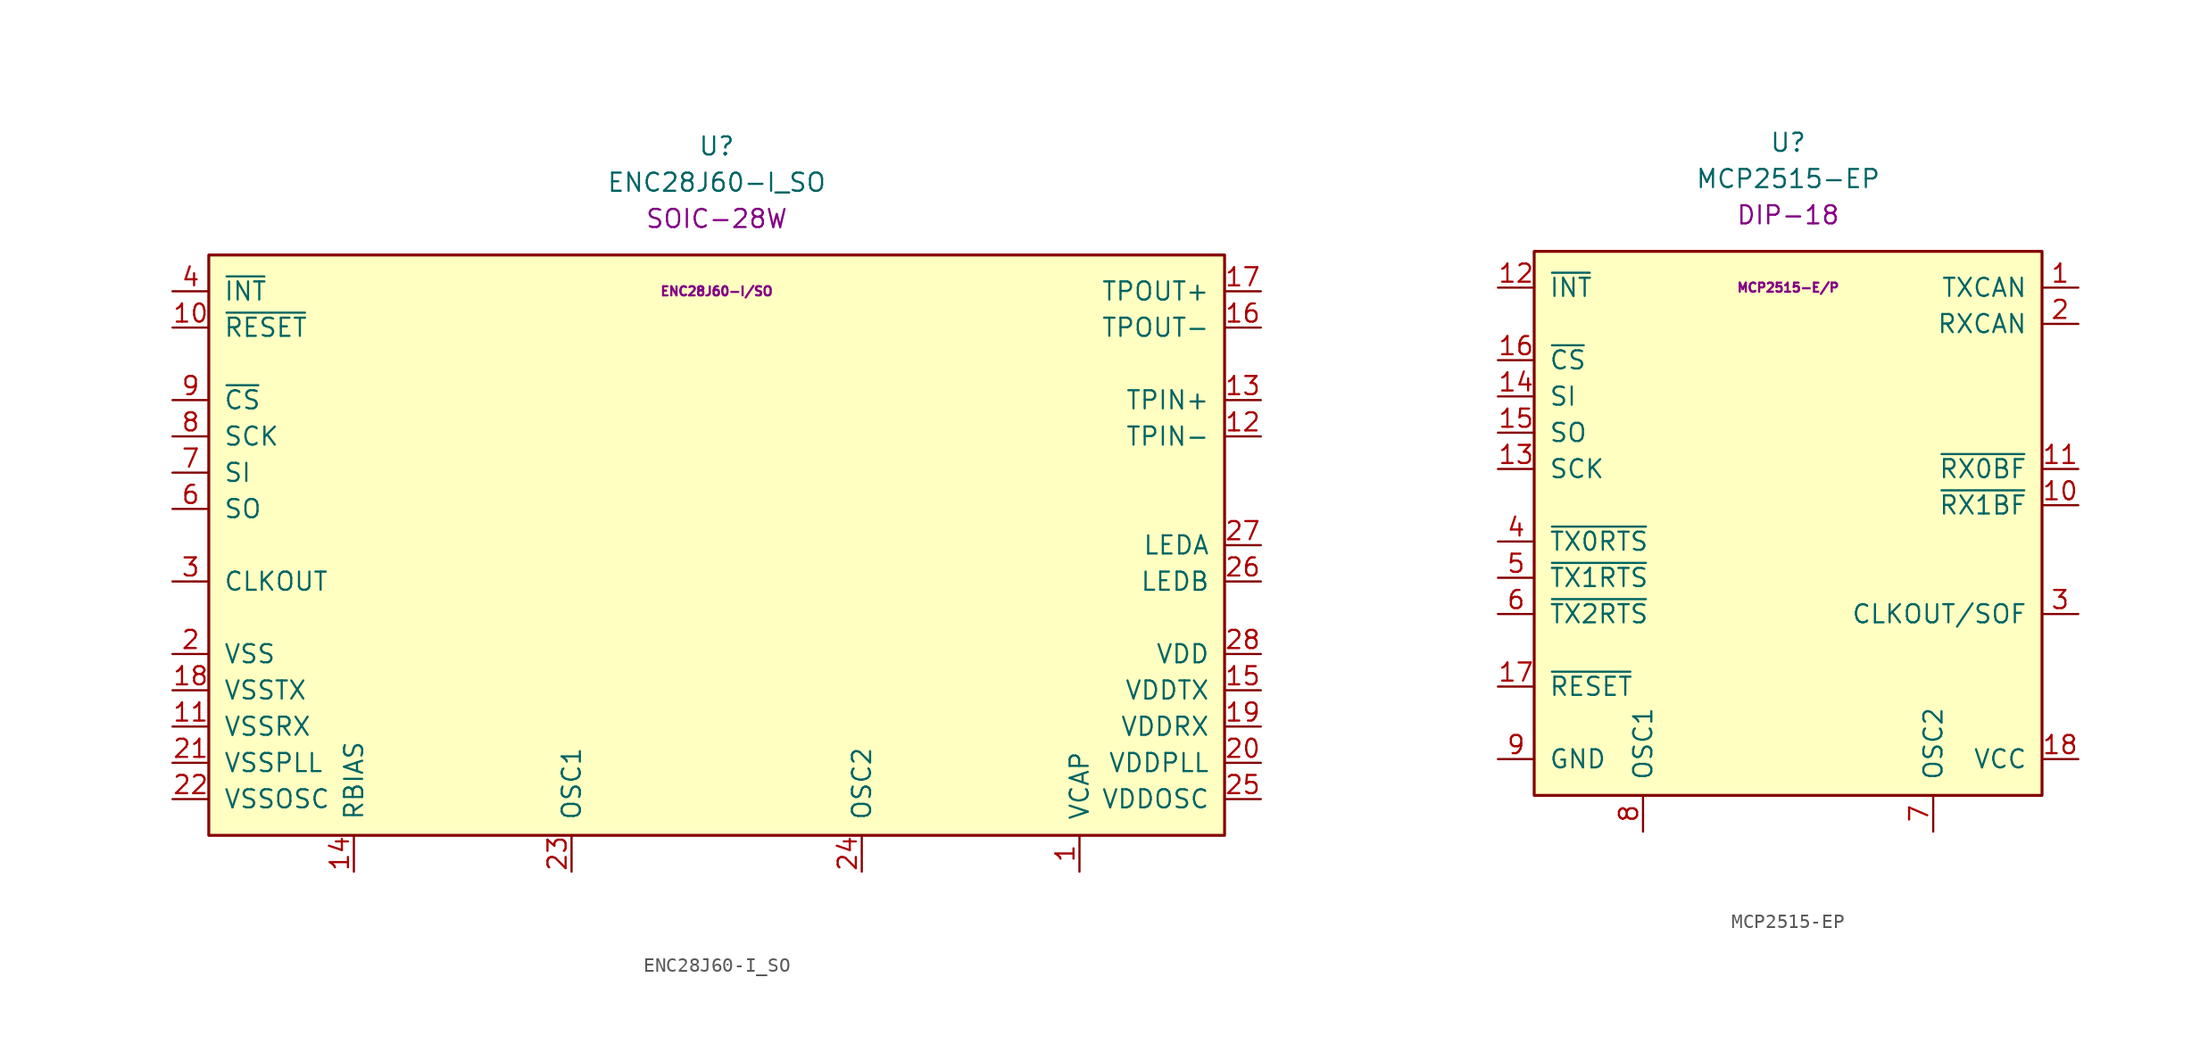
<source format=kicad_sym>
(kicad_symbol_lib
  (version 20201005)
  (generator kicad_symbol_editor)
  (symbol "U.Controller:ENC28J60-I_SO"
    (pin_names
      (offset 1.016))
    (property "Reference" "U"
      (at 0 27.94 0)
      (effects (font (size 1.27 1.27))))
    (property "Value" "ENC28J60-I_SO"
      (at 0 25.4 0)
      (effects (font (size 1.27 1.27))))
    (property "Package" "SOIC-28W"
      (at 0 22.86 0)
      (effects (font (size 1.27 1.27))))
    (property "ID" "ENC28J60-I/SO"
      (at 0 17.78 0)
      (effects (font (size 0.635 0.635))))
    (symbol "ENC28J60-I_SO_0_1"
      (rectangle (start -35.56 20.32) (end 35.56 -20.32) (stroke (width 0.203)) (fill (type background))))
    (symbol "ENC28J60-I_SO_1_1"
      (pin input line (at 38.1 10.16 180) (length 2.54) (name "TPIN+" (effects (font (size 1.27 1.27)))) (number "13" (effects (font (size 1.27 1.27)))))
      (pin output line (at 38.1 15.24 180) (length 2.54) (name "TPOUT-" (effects (font (size 1.27 1.27)))) (number "16" (effects (font (size 1.27 1.27)))))
      (pin output line (at 38.1 17.78 180) (length 2.54) (name "TPOUT+" (effects (font (size 1.27 1.27)))) (number "17" (effects (font (size 1.27 1.27)))))
      (pin output line (at -38.1 17.78 0) (length 2.54) (name "~INT" (effects (font (size 1.27 1.27)))) (number "4" (effects (font (size 1.27 1.27)))))
      (pin input line (at -38.1 7.62 0) (length 2.54) (name "SCK" (effects (font (size 1.27 1.27)))) (number "8" (effects (font (size 1.27 1.27)))))
      (pin input line (at -38.1 5.08 0) (length 2.54) (name "SI" (effects (font (size 1.27 1.27)))) (number "7" (effects (font (size 1.27 1.27)))))
      (pin tri_state line (at -38.1 2.54 0) (length 2.54) (name "SO" (effects (font (size 1.27 1.27)))) (number "6" (effects (font (size 1.27 1.27)))))
      (pin input line (at -38.1 10.16 0) (length 2.54) (name "~CS" (effects (font (size 1.27 1.27)))) (number "9" (effects (font (size 1.27 1.27)))))
      (pin input line (at -38.1 15.24 0) (length 2.54) (name "~RESET" (effects (font (size 1.27 1.27)))) (number "10" (effects (font (size 1.27 1.27)))))
      (pin power_in line (at 38.1 -7.62 180) (length 2.54) (name "VDD" (effects (font (size 1.27 1.27)))) (number "28" (effects (font (size 1.27 1.27)))))
      (pin input line (at 38.1 7.62 180) (length 2.54) (name "TPIN-" (effects (font (size 1.27 1.27)))) (number "12" (effects (font (size 1.27 1.27)))))
      (pin input line (at -25.4 -22.86 90) (length 2.54) (name "RBIAS" (effects (font (size 1.27 1.27)))) (number "14" (effects (font (size 1.27 1.27)))))
      (pin passive line (at 25.4 -22.86 90) (length 2.54) (name "VCAP" (effects (font (size 1.27 1.27)))) (number "1" (effects (font (size 1.27 1.27)))))
      (pin output line (at -38.1 -2.54 0) (length 2.54) (name "CLKOUT" (effects (font (size 1.27 1.27)))) (number "3" (effects (font (size 1.27 1.27)))))
      (pin unconnected line (at 0 -22.86 90) (length 2.54) hide (name "NC" (effects (font (size 1.27 1.27)))) (number "5" (effects (font (size 1.27 1.27)))))
      (pin output line (at 10.16 -22.86 90) (length 2.54) (name "OSC2" (effects (font (size 1.27 1.27)))) (number "24" (effects (font (size 1.27 1.27)))))
      (pin input line (at -10.16 -22.86 90) (length 2.54) (name "OSC1" (effects (font (size 1.27 1.27)))) (number "23" (effects (font (size 1.27 1.27)))))
      (pin power_in line (at -38.1 -7.62 0) (length 2.54) (name "VSS" (effects (font (size 1.27 1.27)))) (number "2" (effects (font (size 1.27 1.27)))))
      (pin output line (at 38.1 0 180) (length 2.54) (name "LEDA" (effects (font (size 1.27 1.27)))) (number "27" (effects (font (size 1.27 1.27)))))
      (pin output line (at 38.1 -2.54 180) (length 2.54) (name "LEDB" (effects (font (size 1.27 1.27)))) (number "26" (effects (font (size 1.27 1.27)))))
      (pin passive line (at -38.1 -12.7 0) (length 2.54) (name "VSSRX" (effects (font (size 1.27 1.27)))) (number "11" (effects (font (size 1.27 1.27)))))
      (pin passive line (at 38.1 -10.16 180) (length 2.54) (name "VDDTX" (effects (font (size 1.27 1.27)))) (number "15" (effects (font (size 1.27 1.27)))))
      (pin passive line (at -38.1 -10.16 0) (length 2.54) (name "VSSTX" (effects (font (size 1.27 1.27)))) (number "18" (effects (font (size 1.27 1.27)))))
      (pin passive line (at 38.1 -12.7 180) (length 2.54) (name "VDDRX" (effects (font (size 1.27 1.27)))) (number "19" (effects (font (size 1.27 1.27)))))
      (pin passive line (at 38.1 -15.24 180) (length 2.54) (name "VDDPLL" (effects (font (size 1.27 1.27)))) (number "20" (effects (font (size 1.27 1.27)))))
      (pin passive line (at -38.1 -15.24 0) (length 2.54) (name "VSSPLL" (effects (font (size 1.27 1.27)))) (number "21" (effects (font (size 1.27 1.27)))))
      (pin passive line (at -38.1 -17.78 0) (length 2.54) (name "VSSOSC" (effects (font (size 1.27 1.27)))) (number "22" (effects (font (size 1.27 1.27)))))
      (pin passive line (at 38.1 -17.78 180) (length 2.54) (name "VDDOSC" (effects (font (size 1.27 1.27)))) (number "25" (effects (font (size 1.27 1.27)))))))
  (symbol "U.Controller:MCP2515-EP"
    (pin_names
      (offset 1.016))
    (property "Reference" "U"
      (at 0 25.4 0)
      (effects (font (size 1.27 1.27))))
    (property "Value" "MCP2515-EP"
      (at 0 22.86 0)
      (effects (font (size 1.27 1.27))))
    (property "Package" "DIP-18"
      (at 0 20.32 0)
      (effects (font (size 1.27 1.27))))
    (property "ID" "MCP2515-E/P"
      (at 0 15.24 0)
      (effects (font (size 0.635 0.635))))
    (symbol "MCP2515-EP_0_1"
      (rectangle (start -17.78 17.78) (end 17.78 -20.32) (stroke (width 0.203)) (fill (type background))))
    (symbol "MCP2515-EP_1_1"
      (pin output line (at 20.32 15.24 180) (length 2.54) (name "TXCAN" (effects (font (size 1.27 1.27)))) (number "1" (effects (font (size 1.27 1.27)))))
      (pin output line (at 20.32 0 180) (length 2.54) (name "~RX1BF" (effects (font (size 1.27 1.27)))) (number "10" (effects (font (size 1.27 1.27)))))
      (pin output line (at 20.32 2.54 180) (length 2.54) (name "~RX0BF" (effects (font (size 1.27 1.27)))) (number "11" (effects (font (size 1.27 1.27)))))
      (pin output line (at -20.32 15.24 0) (length 2.54) (name "~INT" (effects (font (size 1.27 1.27)))) (number "12" (effects (font (size 1.27 1.27)))))
      (pin input line (at -20.32 2.54 0) (length 2.54) (name "SCK" (effects (font (size 1.27 1.27)))) (number "13" (effects (font (size 1.27 1.27)))))
      (pin input line (at -20.32 7.62 0) (length 2.54) (name "SI" (effects (font (size 1.27 1.27)))) (number "14" (effects (font (size 1.27 1.27)))))
      (pin tri_state line (at -20.32 5.08 0) (length 2.54) (name "SO" (effects (font (size 1.27 1.27)))) (number "15" (effects (font (size 1.27 1.27)))))
      (pin input line (at -20.32 10.16 0) (length 2.54) (name "~CS" (effects (font (size 1.27 1.27)))) (number "16" (effects (font (size 1.27 1.27)))))
      (pin input line (at -20.32 -12.7 0) (length 2.54) (name "~RESET" (effects (font (size 1.27 1.27)))) (number "17" (effects (font (size 1.27 1.27)))))
      (pin power_in line (at 20.32 -17.78 180) (length 2.54) (name "VCC" (effects (font (size 1.27 1.27)))) (number "18" (effects (font (size 1.27 1.27)))))
      (pin input line (at 20.32 12.7 180) (length 2.54) (name "RXCAN" (effects (font (size 1.27 1.27)))) (number "2" (effects (font (size 1.27 1.27)))))
      (pin output line (at 20.32 -7.62 180) (length 2.54) (name "CLKOUT/SOF" (effects (font (size 1.27 1.27)))) (number "3" (effects (font (size 1.27 1.27)))))
      (pin input line (at -20.32 -2.54 0) (length 2.54) (name "~TX0RTS" (effects (font (size 1.27 1.27)))) (number "4" (effects (font (size 1.27 1.27)))))
      (pin input line (at -20.32 -5.08 0) (length 2.54) (name "~TX1RTS" (effects (font (size 1.27 1.27)))) (number "5" (effects (font (size 1.27 1.27)))))
      (pin input line (at -20.32 -7.62 0) (length 2.54) (name "~TX2RTS" (effects (font (size 1.27 1.27)))) (number "6" (effects (font (size 1.27 1.27)))))
      (pin output line (at 10.16 -22.86 90) (length 2.54) (name "OSC2" (effects (font (size 1.27 1.27)))) (number "7" (effects (font (size 1.27 1.27)))))
      (pin input line (at -10.16 -22.86 90) (length 2.54) (name "OSC1" (effects (font (size 1.27 1.27)))) (number "8" (effects (font (size 1.27 1.27)))))
      (pin power_in line (at -20.32 -17.78 0) (length 2.54) (name "GND" (effects (font (size 1.27 1.27)))) (number "9" (effects (font (size 1.27 1.27))))))))
</source>
